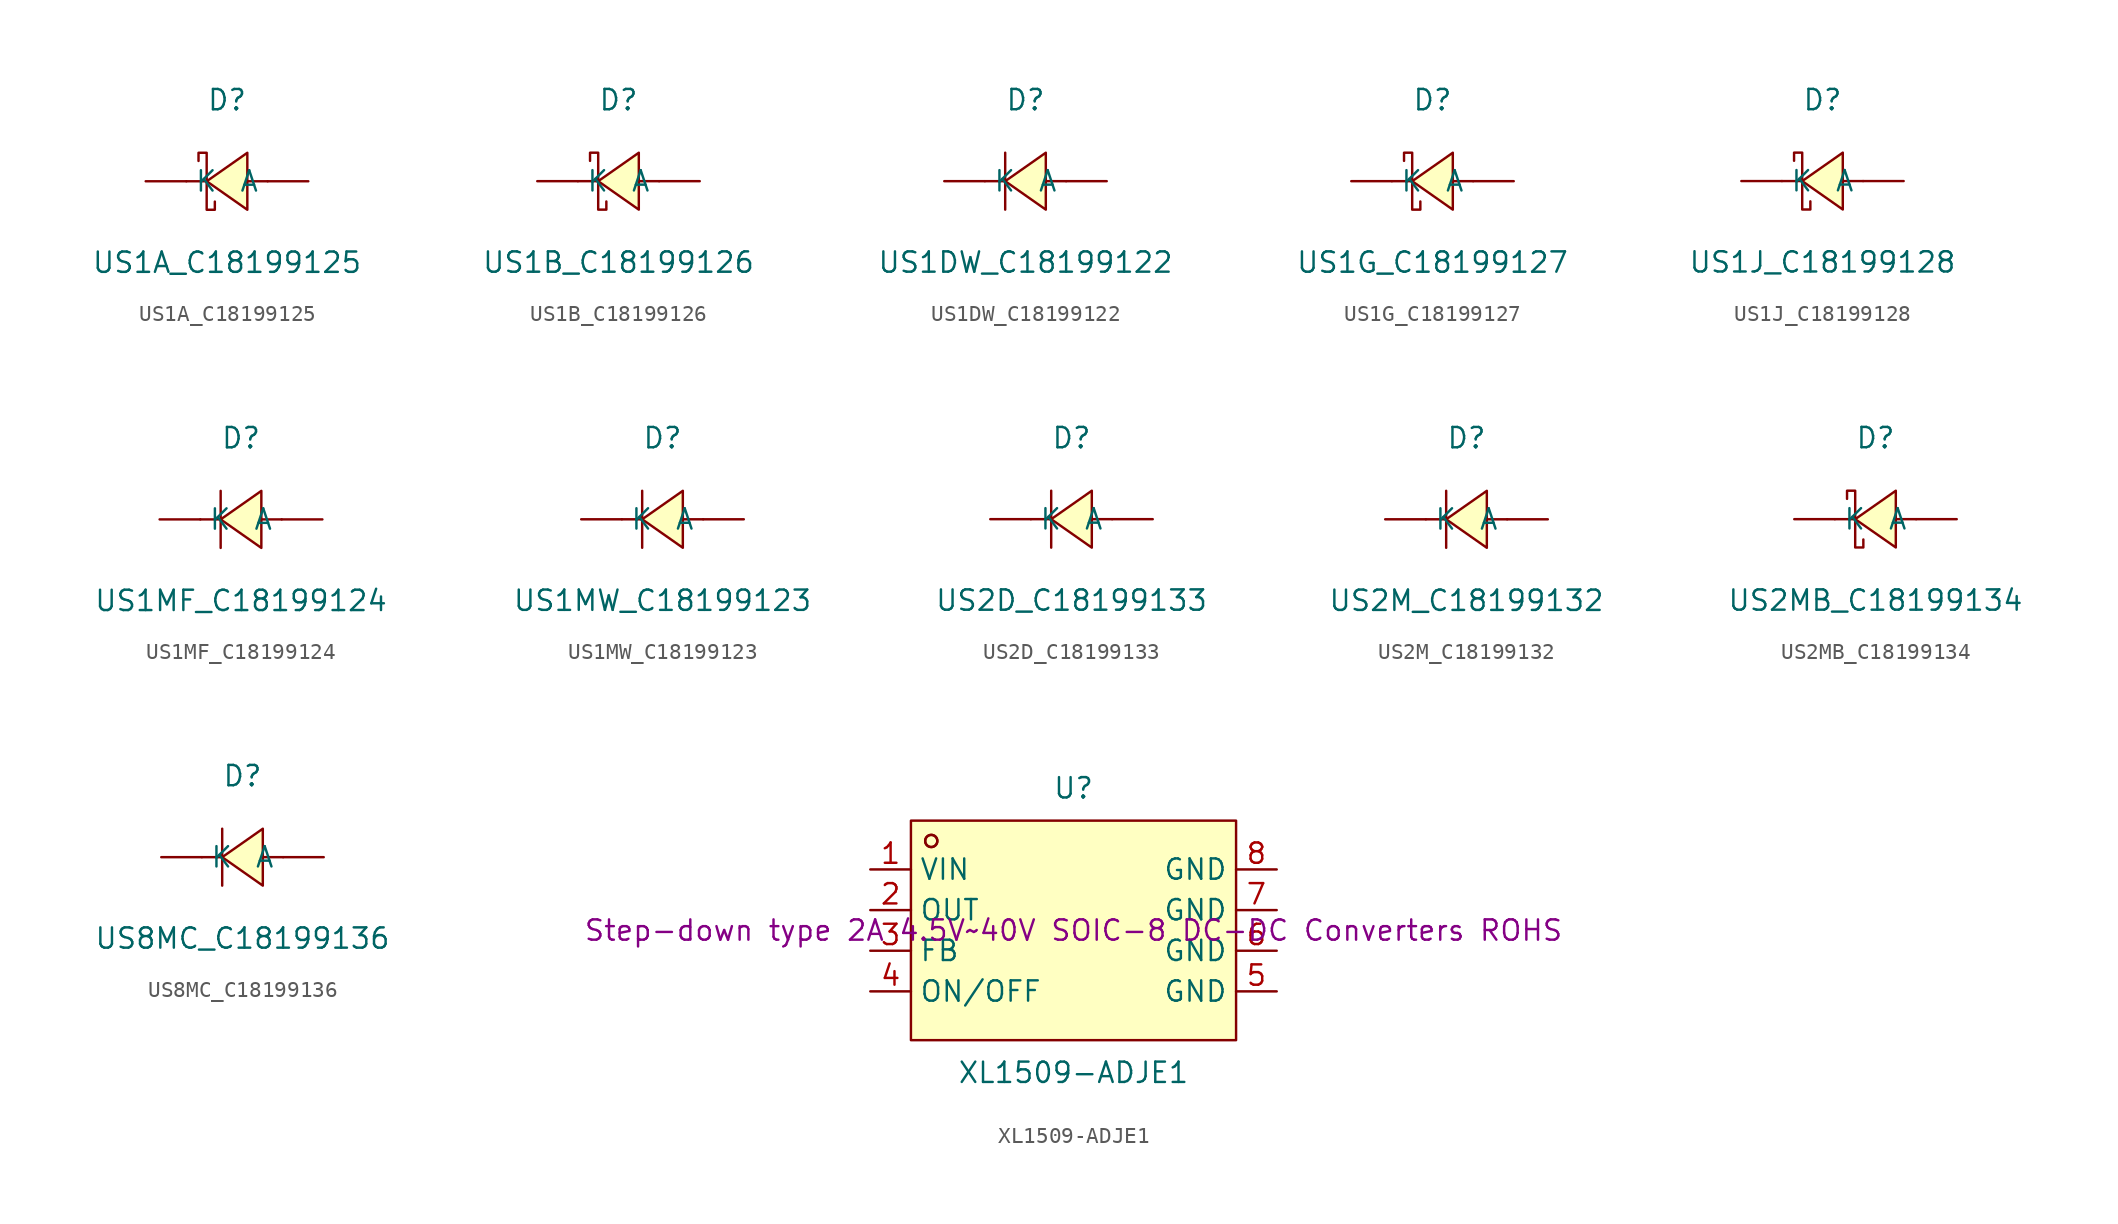
<source format=kicad_sym>
(kicad_symbol_lib
  (version 20241209)
  (generator "kicad_symbol_editor")
  (generator_version "9.0")
  (symbol "US1A_C18199125"
    (pin_numbers
      (hide yes))
    (property "Reference" "D"
      (at 0 5.08 0)
      (effects (font (size 1.27 1.27))))
    (property "Value" "US1A_C18199125"
      (at 0 -5.08 0)
      (effects (font (size 1.27 1.27))))
    (symbol "US1A_C18199125_0_1"
      (polyline (pts (xy -1.78 1.27) (xy -1.78 1.78) (xy -1.27 1.78) (xy -1.27 -1.78) (xy -0.76 -1.78) (xy -0.76 -1.27)) (stroke (width 0) (type default)) (fill (type none)))
      (polyline (pts (xy -1.27 0) (xy -2.54 0)) (stroke (width 0) (type default)) (fill (type none)))
      (polyline (pts (xy 1.27 1.78) (xy -1.27 0) (xy 1.27 -1.78) (xy 1.27 1.78)) (stroke (width 0) (type default)) (fill (type background)))
      (polyline (pts (xy 2.54 0) (xy 1.27 0)) (stroke (width 0) (type default)) (fill (type none)))
      (pin unspecified line (at -5.08 0 0) (length 2.54) (name "K" (effects (font (size 1.27 1.27)))) (number "1" (effects (font (size 1.27 1.27)))))
      (pin unspecified line (at 5.08 0 180) (length 2.54) (name "A" (effects (font (size 1.27 1.27)))) (number "2" (effects (font (size 1.27 1.27)))))))
  (symbol "US1B_C18199126"
    (pin_numbers
      (hide yes))
    (property "Reference" "D"
      (at 0 5.08 0)
      (effects (font (size 1.27 1.27))))
    (property "Value" "US1B_C18199126"
      (at 0 -5.08 0)
      (effects (font (size 1.27 1.27))))
    (symbol "US1B_C18199126_0_1"
      (polyline (pts (xy -1.78 1.27) (xy -1.78 1.78) (xy -1.27 1.78) (xy -1.27 -1.78) (xy -0.76 -1.78) (xy -0.76 -1.27)) (stroke (width 0) (type default)) (fill (type none)))
      (polyline (pts (xy -1.27 0) (xy -2.54 0)) (stroke (width 0) (type default)) (fill (type none)))
      (polyline (pts (xy 1.27 1.78) (xy -1.27 0) (xy 1.27 -1.78) (xy 1.27 1.78)) (stroke (width 0) (type default)) (fill (type background)))
      (polyline (pts (xy 2.54 0) (xy 1.27 0)) (stroke (width 0) (type default)) (fill (type none)))
      (pin unspecified line (at -5.08 0 0) (length 2.54) (name "K" (effects (font (size 1.27 1.27)))) (number "1" (effects (font (size 1.27 1.27)))))
      (pin unspecified line (at 5.08 0 180) (length 2.54) (name "A" (effects (font (size 1.27 1.27)))) (number "2" (effects (font (size 1.27 1.27)))))))
  (symbol "US1DW_C18199122"
    (pin_numbers
      (hide yes))
    (property "Reference" "D"
      (at 0 5.08 0)
      (effects (font (size 1.27 1.27))))
    (property "Value" "US1DW_C18199122"
      (at 0 -5.08 0)
      (effects (font (size 1.27 1.27))))
    (symbol "US1DW_C18199122_0_1"
      (polyline (pts (xy -1.27 1.78) (xy -1.27 -1.78)) (stroke (width 0) (type default)) (fill (type none)))
      (polyline (pts (xy -1.27 0) (xy -2.54 0)) (stroke (width 0) (type default)) (fill (type none)))
      (polyline (pts (xy 1.27 1.78) (xy -1.27 0) (xy 1.27 -1.78) (xy 1.27 1.78)) (stroke (width 0) (type default)) (fill (type background)))
      (polyline (pts (xy 2.54 0) (xy 1.27 0)) (stroke (width 0) (type default)) (fill (type none)))
      (pin unspecified line (at -5.08 0 0) (length 2.54) (name "K" (effects (font (size 1.27 1.27)))) (number "1" (effects (font (size 1.27 1.27)))))
      (pin unspecified line (at 5.08 0 180) (length 2.54) (name "A" (effects (font (size 1.27 1.27)))) (number "2" (effects (font (size 1.27 1.27)))))))
  (symbol "US1G_C18199127"
    (pin_numbers
      (hide yes))
    (property "Reference" "D"
      (at 0 5.08 0)
      (effects (font (size 1.27 1.27))))
    (property "Value" "US1G_C18199127"
      (at 0 -5.08 0)
      (effects (font (size 1.27 1.27))))
    (symbol "US1G_C18199127_0_1"
      (polyline (pts (xy -1.78 1.27) (xy -1.78 1.78) (xy -1.27 1.78) (xy -1.27 -1.78) (xy -0.76 -1.78) (xy -0.76 -1.27)) (stroke (width 0) (type default)) (fill (type none)))
      (polyline (pts (xy -1.27 0) (xy -2.54 0)) (stroke (width 0) (type default)) (fill (type none)))
      (polyline (pts (xy 1.27 1.78) (xy -1.27 0) (xy 1.27 -1.78) (xy 1.27 1.78)) (stroke (width 0) (type default)) (fill (type background)))
      (polyline (pts (xy 2.54 0) (xy 1.27 0)) (stroke (width 0) (type default)) (fill (type none)))
      (pin unspecified line (at -5.08 0 0) (length 2.54) (name "K" (effects (font (size 1.27 1.27)))) (number "1" (effects (font (size 1.27 1.27)))))
      (pin unspecified line (at 5.08 0 180) (length 2.54) (name "A" (effects (font (size 1.27 1.27)))) (number "2" (effects (font (size 1.27 1.27)))))))
  (symbol "US1J_C18199128"
    (pin_numbers
      (hide yes))
    (property "Reference" "D"
      (at 0 5.08 0)
      (effects (font (size 1.27 1.27))))
    (property "Value" "US1J_C18199128"
      (at 0 -5.08 0)
      (effects (font (size 1.27 1.27))))
    (symbol "US1J_C18199128_0_1"
      (polyline (pts (xy -1.78 1.27) (xy -1.78 1.78) (xy -1.27 1.78) (xy -1.27 -1.78) (xy -0.76 -1.78) (xy -0.76 -1.27)) (stroke (width 0) (type default)) (fill (type none)))
      (polyline (pts (xy -1.27 0) (xy -2.54 0)) (stroke (width 0) (type default)) (fill (type none)))
      (polyline (pts (xy 1.27 1.78) (xy -1.27 0) (xy 1.27 -1.78) (xy 1.27 1.78)) (stroke (width 0) (type default)) (fill (type background)))
      (polyline (pts (xy 2.54 0) (xy 1.27 0)) (stroke (width 0) (type default)) (fill (type none)))
      (pin unspecified line (at -5.08 0 0) (length 2.54) (name "K" (effects (font (size 1.27 1.27)))) (number "1" (effects (font (size 1.27 1.27)))))
      (pin unspecified line (at 5.08 0 180) (length 2.54) (name "A" (effects (font (size 1.27 1.27)))) (number "2" (effects (font (size 1.27 1.27)))))))
  (symbol "US1MF_C18199124"
    (pin_numbers
      (hide yes))
    (property "Reference" "D"
      (at 0 5.08 0)
      (effects (font (size 1.27 1.27))))
    (property "Value" "US1MF_C18199124"
      (at 0 -5.08 0)
      (effects (font (size 1.27 1.27))))
    (symbol "US1MF_C18199124_0_1"
      (polyline (pts (xy -1.27 1.78) (xy -1.27 -1.78)) (stroke (width 0) (type default)) (fill (type none)))
      (polyline (pts (xy -1.27 0) (xy -2.54 0)) (stroke (width 0) (type default)) (fill (type none)))
      (polyline (pts (xy 1.27 1.78) (xy -1.27 0) (xy 1.27 -1.78) (xy 1.27 1.78)) (stroke (width 0) (type default)) (fill (type background)))
      (polyline (pts (xy 2.54 0) (xy 1.27 0)) (stroke (width 0) (type default)) (fill (type none)))
      (pin unspecified line (at -5.08 0 0) (length 2.54) (name "K" (effects (font (size 1.27 1.27)))) (number "1" (effects (font (size 1.27 1.27)))))
      (pin unspecified line (at 5.08 0 180) (length 2.54) (name "A" (effects (font (size 1.27 1.27)))) (number "2" (effects (font (size 1.27 1.27)))))))
  (symbol "US1MW_C18199123"
    (pin_numbers
      (hide yes))
    (property "Reference" "D"
      (at 0 5.08 0)
      (effects (font (size 1.27 1.27))))
    (property "Value" "US1MW_C18199123"
      (at 0 -5.08 0)
      (effects (font (size 1.27 1.27))))
    (symbol "US1MW_C18199123_0_1"
      (polyline (pts (xy -1.27 1.78) (xy -1.27 -1.78)) (stroke (width 0) (type default)) (fill (type none)))
      (polyline (pts (xy -1.27 0) (xy -2.54 0)) (stroke (width 0) (type default)) (fill (type none)))
      (polyline (pts (xy 1.27 1.78) (xy -1.27 0) (xy 1.27 -1.78) (xy 1.27 1.78)) (stroke (width 0) (type default)) (fill (type background)))
      (polyline (pts (xy 2.54 0) (xy 1.27 0)) (stroke (width 0) (type default)) (fill (type none)))
      (pin unspecified line (at -5.08 0 0) (length 2.54) (name "K" (effects (font (size 1.27 1.27)))) (number "1" (effects (font (size 1.27 1.27)))))
      (pin unspecified line (at 5.08 0 180) (length 2.54) (name "A" (effects (font (size 1.27 1.27)))) (number "2" (effects (font (size 1.27 1.27)))))))
  (symbol "US2D_C18199133"
    (pin_numbers
      (hide yes))
    (property "Reference" "D"
      (at 0 5.08 0)
      (effects (font (size 1.27 1.27))))
    (property "Value" "US2D_C18199133"
      (at 0 -5.08 0)
      (effects (font (size 1.27 1.27))))
    (symbol "US2D_C18199133_0_1"
      (polyline (pts (xy -1.27 1.78) (xy -1.27 -1.78)) (stroke (width 0) (type default)) (fill (type none)))
      (polyline (pts (xy -1.27 0) (xy -2.54 0)) (stroke (width 0) (type default)) (fill (type none)))
      (polyline (pts (xy 1.27 1.78) (xy -1.27 0) (xy 1.27 -1.78) (xy 1.27 1.78)) (stroke (width 0) (type default)) (fill (type background)))
      (polyline (pts (xy 2.54 0) (xy 1.27 0)) (stroke (width 0) (type default)) (fill (type none)))
      (pin unspecified line (at -5.08 0 0) (length 2.54) (name "K" (effects (font (size 1.27 1.27)))) (number "1" (effects (font (size 1.27 1.27)))))
      (pin unspecified line (at 5.08 0 180) (length 2.54) (name "A" (effects (font (size 1.27 1.27)))) (number "2" (effects (font (size 1.27 1.27)))))))
  (symbol "US2M_C18199132"
    (pin_numbers
      (hide yes))
    (property "Reference" "D"
      (at 0 5.08 0)
      (effects (font (size 1.27 1.27))))
    (property "Value" "US2M_C18199132"
      (at 0 -5.08 0)
      (effects (font (size 1.27 1.27))))
    (symbol "US2M_C18199132_0_1"
      (polyline (pts (xy -1.27 1.78) (xy -1.27 -1.78)) (stroke (width 0) (type default)) (fill (type none)))
      (polyline (pts (xy -1.27 0) (xy -2.54 0)) (stroke (width 0) (type default)) (fill (type none)))
      (polyline (pts (xy 1.27 1.78) (xy -1.27 0) (xy 1.27 -1.78) (xy 1.27 1.78)) (stroke (width 0) (type default)) (fill (type background)))
      (polyline (pts (xy 2.54 0) (xy 1.27 0)) (stroke (width 0) (type default)) (fill (type none)))
      (pin unspecified line (at -5.08 0 0) (length 2.54) (name "K" (effects (font (size 1.27 1.27)))) (number "1" (effects (font (size 1.27 1.27)))))
      (pin unspecified line (at 5.08 0 180) (length 2.54) (name "A" (effects (font (size 1.27 1.27)))) (number "2" (effects (font (size 1.27 1.27)))))))
  (symbol "US2MB_C18199134"
    (pin_numbers
      (hide yes))
    (property "Reference" "D"
      (at 0 5.33 0)
      (effects (font (size 1.27 1.27))))
    (property "Value" "US2MB_C18199134"
      (at 0 -4.83 0)
      (effects (font (size 1.27 1.27))))
    (symbol "US2MB_C18199134_0_1"
      (polyline (pts (xy -1.78 1.52) (xy -1.78 2.03) (xy -1.27 2.03) (xy -1.27 -1.52) (xy -0.76 -1.52) (xy -0.76 -1.02)) (stroke (width 0) (type default)) (fill (type none)))
      (polyline (pts (xy -1.27 0.25) (xy -2.54 0.25)) (stroke (width 0) (type default)) (fill (type none)))
      (polyline (pts (xy 1.27 2.03) (xy -1.27 0.25) (xy 1.27 -1.52) (xy 1.27 2.03)) (stroke (width 0) (type default)) (fill (type background)))
      (polyline (pts (xy 2.54 0.25) (xy 1.27 0.25)) (stroke (width 0) (type default)) (fill (type none)))
      (pin unspecified line (at -5.08 0.25 0) (length 2.54) (name "K" (effects (font (size 1.27 1.27)))) (number "1" (effects (font (size 1.27 1.27)))))
      (pin unspecified line (at 5.08 0.25 180) (length 2.54) (name "A" (effects (font (size 1.27 1.27)))) (number "2" (effects (font (size 1.27 1.27)))))))
  (symbol "US8MC_C18199136"
    (pin_numbers
      (hide yes))
    (property "Reference" "D"
      (at 0 5.08 0)
      (effects (font (size 1.27 1.27))))
    (property "Value" "US8MC_C18199136"
      (at 0 -5.08 0)
      (effects (font (size 1.27 1.27))))
    (symbol "US8MC_C18199136_0_1"
      (polyline (pts (xy -1.27 1.78) (xy -1.27 -1.78)) (stroke (width 0) (type default)) (fill (type none)))
      (polyline (pts (xy -1.27 0) (xy -2.54 0)) (stroke (width 0) (type default)) (fill (type none)))
      (polyline (pts (xy 1.27 1.78) (xy -1.27 0) (xy 1.27 -1.78) (xy 1.27 1.78)) (stroke (width 0) (type default)) (fill (type background)))
      (polyline (pts (xy 2.54 0) (xy 1.27 0)) (stroke (width 0) (type default)) (fill (type none)))
      (pin unspecified line (at -5.08 0 0) (length 2.54) (name "K" (effects (font (size 1.27 1.27)))) (number "1" (effects (font (size 1.27 1.27)))))
      (pin unspecified line (at 5.08 0 180) (length 2.54) (name "A" (effects (font (size 1.27 1.27)))) (number "2" (effects (font (size 1.27 1.27)))))))
  (symbol "XL1509-ADJE1"
    (property "Reference" "U"
      (at 0 8.89 0)
      (effects (font (size 1.27 1.27))))
    (property "Value" "XL1509-ADJE1"
      (at 0 -8.89 0)
      (effects (font (size 1.27 1.27))))
    (property "Description" "Step-down type 2A 4.5V~40V SOIC-8 DC-DC Converters ROHS"
      (at 0 0 0)
      (effects (font (size 1.27 1.27))))
    (symbol "XL1509-ADJE1_0_1"
      (rectangle (start -10.16 6.86) (end 10.16 -6.86) (stroke (width 0) (type default)) (fill (type background)))
      (circle (center -8.89 5.59) (radius 0.38) (stroke (width 0) (type default)) (fill (type none)))
      (circle (center -8.89 5.59) (radius 0.38) (stroke (width 0) (type default)) (fill (type none)))
      (pin unspecified line (at -12.7 3.81 0) (length 2.54) (name "VIN" (effects (font (size 1.27 1.27)))) (number "1" (effects (font (size 1.27 1.27)))))
      (pin unspecified line (at -12.7 1.27 0) (length 2.54) (name "OUT" (effects (font (size 1.27 1.27)))) (number "2" (effects (font (size 1.27 1.27)))))
      (pin unspecified line (at -12.7 -1.27 0) (length 2.54) (name "FB" (effects (font (size 1.27 1.27)))) (number "3" (effects (font (size 1.27 1.27)))))
      (pin unspecified line (at -12.7 -3.81 0) (length 2.54) (name "ON/OFF" (effects (font (size 1.27 1.27)))) (number "4" (effects (font (size 1.27 1.27)))))
      (pin unspecified line (at 12.7 3.81 180) (length 2.54) (name "GND" (effects (font (size 1.27 1.27)))) (number "8" (effects (font (size 1.27 1.27)))))
      (pin unspecified line (at 12.7 1.27 180) (length 2.54) (name "GND" (effects (font (size 1.27 1.27)))) (number "7" (effects (font (size 1.27 1.27)))))
      (pin unspecified line (at 12.7 -1.27 180) (length 2.54) (name "GND" (effects (font (size 1.27 1.27)))) (number "6" (effects (font (size 1.27 1.27)))))
      (pin unspecified line (at 12.7 -3.81 180) (length 2.54) (name "GND" (effects (font (size 1.27 1.27)))) (number "5" (effects (font (size 1.27 1.27))))))))
</source>
